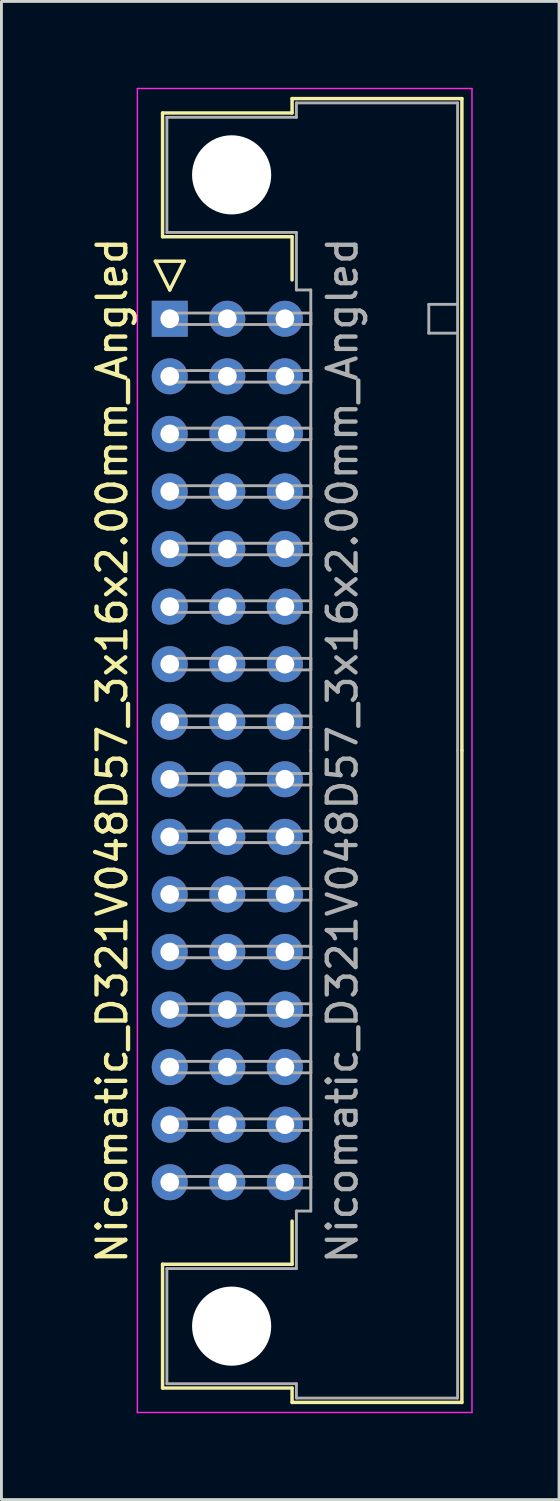
<source format=kicad_pcb>
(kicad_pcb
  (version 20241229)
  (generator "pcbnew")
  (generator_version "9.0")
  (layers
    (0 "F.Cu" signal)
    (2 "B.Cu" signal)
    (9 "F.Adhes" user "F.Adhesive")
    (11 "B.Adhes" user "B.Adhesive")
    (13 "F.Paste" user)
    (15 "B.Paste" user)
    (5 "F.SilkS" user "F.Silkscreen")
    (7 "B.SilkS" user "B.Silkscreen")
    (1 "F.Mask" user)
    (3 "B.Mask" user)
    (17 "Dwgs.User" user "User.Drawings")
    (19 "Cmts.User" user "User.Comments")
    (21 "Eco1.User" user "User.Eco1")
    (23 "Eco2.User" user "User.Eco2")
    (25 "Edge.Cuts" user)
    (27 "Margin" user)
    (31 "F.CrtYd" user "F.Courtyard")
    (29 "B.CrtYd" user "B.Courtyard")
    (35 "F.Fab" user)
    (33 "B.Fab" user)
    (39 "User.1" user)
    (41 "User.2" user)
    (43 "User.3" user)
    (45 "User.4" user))
  (footprint "Nicomatic_D321V048D57_3x16x2.00mm_Angled"
    (layer "F.Cu")
    (at 2.848 8.025)
    (property "Reference" "Nicomatic_D321V048D57_3x16x2.00mm_Angled" (at -2 15 90) (layer "F.SilkS") (effects (font (size 1 1) (thickness 0.15))))
    (attr through_hole)
    (fp_line (start -0.5 -2) (end 0 -1) (stroke (width 0.12) (type solid)) (layer "F.SilkS"))
    (fp_line (start -0.25 -7.15) (end -0.25 -2.85) (stroke (width 0.12) (type solid)) (layer "F.SilkS"))
    (fp_line (start -0.25 -2.85) (end 4.25 -2.85) (stroke (width 0.12) (type solid)) (layer "F.SilkS"))
    (fp_line (start -0.25 32.85) (end 4.25 32.85) (stroke (width 0.12) (type solid)) (layer "F.SilkS"))
    (fp_line (start -0.25 37.15) (end -0.25 32.85) (stroke (width 0.12) (type solid)) (layer "F.SilkS"))
    (fp_line (start 0 -1) (end 0.5 -2) (stroke (width 0.12) (type solid)) (layer "F.SilkS"))
    (fp_line (start 0.5 -2) (end -0.5 -2) (stroke (width 0.12) (type solid)) (layer "F.SilkS"))
    (fp_line (start 4.25 -7.65) (end 4.25 -7.15) (stroke (width 0.12) (type solid)) (layer "F.SilkS"))
    (fp_line (start 4.25 -7.15) (end -0.25 -7.15) (stroke (width 0.12) (type solid)) (layer "F.SilkS"))
    (fp_line (start 4.25 -2.85) (end 4.25 -1.35) (stroke (width 0.12) (type solid)) (layer "F.SilkS"))
    (fp_line (start 4.25 32.85) (end 4.25 31.35) (stroke (width 0.12) (type solid)) (layer "F.SilkS"))
    (fp_line (start 4.25 37.15) (end -0.25 37.15) (stroke (width 0.12) (type solid)) (layer "F.SilkS"))
    (fp_line (start 4.25 37.65) (end 4.25 37.15) (stroke (width 0.12) (type solid)) (layer "F.SilkS"))
    (fp_line (start 10.15 -7.65) (end 4.25 -7.65) (stroke (width 0.12) (type solid)) (layer "F.SilkS"))
    (fp_line (start 10.15 15) (end 10.15 -7.65) (stroke (width 0.12) (type solid)) (layer "F.SilkS"))
    (fp_line (start 10.15 15) (end 10.15 37.65) (stroke (width 0.12) (type solid)) (layer "F.SilkS"))
    (fp_line (start 10.15 37.65) (end 4.25 37.65) (stroke (width 0.12) (type solid)) (layer "F.SilkS"))
    (fp_line (start -1.125 -8) (end -1.125 38) (stroke (width 0.05) (type solid)) (layer "F.CrtYd"))
    (fp_line (start -1.125 38) (end 10.5 38) (stroke (width 0.05) (type solid)) (layer "F.CrtYd"))
    (fp_line (start 10.5 -8) (end -1.125 -8) (stroke (width 0.05) (type solid)) (layer "F.CrtYd"))
    (fp_line (start 10.5 38) (end 10.5 -8) (stroke (width 0.05) (type solid)) (layer "F.CrtYd"))
    (fp_line (start -0.1 -7) (end -0.1 -3) (stroke (width 0.1) (type solid)) (layer "F.Fab"))
    (fp_line (start -0.1 -3) (end 4.4 -3) (stroke (width 0.1) (type solid)) (layer "F.Fab"))
    (fp_line (start -0.1 33) (end 4.4 33) (stroke (width 0.1) (type solid)) (layer "F.Fab"))
    (fp_line (start -0.1 37) (end -0.1 33) (stroke (width 0.1) (type solid)) (layer "F.Fab"))
    (fp_line (start 0 -0.2) (end 0 0.2) (stroke (width 0.1) (type solid)) (layer "F.Fab"))
    (fp_line (start 0 0.2) (end 4.9 0.2) (stroke (width 0.1) (type solid)) (layer "F.Fab"))
    (fp_line (start 0 1.8) (end 0 2.2) (stroke (width 0.1) (type solid)) (layer "F.Fab"))
    (fp_line (start 0 2.2) (end 4.9 2.2) (stroke (width 0.1) (type solid)) (layer "F.Fab"))
    (fp_line (start 0 3.8) (end 0 4.2) (stroke (width 0.1) (type solid)) (layer "F.Fab"))
    (fp_line (start 0 4.2) (end 4.9 4.2) (stroke (width 0.1) (type solid)) (layer "F.Fab"))
    (fp_line (start 0 5.8) (end 0 6.2) (stroke (width 0.1) (type solid)) (layer "F.Fab"))
    (fp_line (start 0 6.2) (end 4.9 6.2) (stroke (width 0.1) (type solid)) (layer "F.Fab"))
    (fp_line (start 0 7.8) (end 0 8.2) (stroke (width 0.1) (type solid)) (layer "F.Fab"))
    (fp_line (start 0 8.2) (end 4.9 8.2) (stroke (width 0.1) (type solid)) (layer "F.Fab"))
    (fp_line (start 0 9.8) (end 0 10.2) (stroke (width 0.1) (type solid)) (layer "F.Fab"))
    (fp_line (start 0 10.2) (end 4.9 10.2) (stroke (width 0.1) (type solid)) (layer "F.Fab"))
    (fp_line (start 0 11.8) (end 0 12.2) (stroke (width 0.1) (type solid)) (layer "F.Fab"))
    (fp_line (start 0 12.2) (end 4.9 12.2) (stroke (width 0.1) (type solid)) (layer "F.Fab"))
    (fp_line (start 0 13.8) (end 0 14.2) (stroke (width 0.1) (type solid)) (layer "F.Fab"))
    (fp_line (start 0 14.2) (end 4.9 14.2) (stroke (width 0.1) (type solid)) (layer "F.Fab"))
    (fp_line (start 0 15.8) (end 0 16.2) (stroke (width 0.1) (type solid)) (layer "F.Fab"))
    (fp_line (start 0 16.2) (end 4.9 16.2) (stroke (width 0.1) (type solid)) (layer "F.Fab"))
    (fp_line (start 0 17.8) (end 0 18.2) (stroke (width 0.1) (type solid)) (layer "F.Fab"))
    (fp_line (start 0 18.2) (end 4.9 18.2) (stroke (width 0.1) (type solid)) (layer "F.Fab"))
    (fp_line (start 0 19.8) (end 0 20.2) (stroke (width 0.1) (type solid)) (layer "F.Fab"))
    (fp_line (start 0 20.2) (end 4.9 20.2) (stroke (width 0.1) (type solid)) (layer "F.Fab"))
    (fp_line (start 0 21.8) (end 0 22.2) (stroke (width 0.1) (type solid)) (layer "F.Fab"))
    (fp_line (start 0 22.2) (end 4.9 22.2) (stroke (width 0.1) (type solid)) (layer "F.Fab"))
    (fp_line (start 0 23.8) (end 0 24.2) (stroke (width 0.1) (type solid)) (layer "F.Fab"))
    (fp_line (start 0 24.2) (end 4.9 24.2) (stroke (width 0.1) (type solid)) (layer "F.Fab"))
    (fp_line (start 0 25.8) (end 0 26.2) (stroke (width 0.1) (type solid)) (layer "F.Fab"))
    (fp_line (start 0 26.2) (end 4.9 26.2) (stroke (width 0.1) (type solid)) (layer "F.Fab"))
    (fp_line (start 0 27.8) (end 0 28.2) (stroke (width 0.1) (type solid)) (layer "F.Fab"))
    (fp_line (start 0 28.2) (end 4.9 28.2) (stroke (width 0.1) (type solid)) (layer "F.Fab"))
    (fp_line (start 0 29.8) (end 0 30.2) (stroke (width 0.1) (type solid)) (layer "F.Fab"))
    (fp_line (start 0 30.2) (end 4.9 30.2) (stroke (width 0.1) (type solid)) (layer "F.Fab"))
    (fp_line (start 4.4 -7.5) (end 4.4 -7) (stroke (width 0.1) (type solid)) (layer "F.Fab"))
    (fp_line (start 4.4 -7) (end -0.1 -7) (stroke (width 0.1) (type solid)) (layer "F.Fab"))
    (fp_line (start 4.4 -3) (end 4.4 -1) (stroke (width 0.1) (type solid)) (layer "F.Fab"))
    (fp_line (start 4.4 -1) (end 4.9 -1) (stroke (width 0.1) (type solid)) (layer "F.Fab"))
    (fp_line (start 4.4 31) (end 4.9 31) (stroke (width 0.1) (type solid)) (layer "F.Fab"))
    (fp_line (start 4.4 33) (end 4.4 31) (stroke (width 0.1) (type solid)) (layer "F.Fab"))
    (fp_line (start 4.4 37) (end -0.1 37) (stroke (width 0.1) (type solid)) (layer "F.Fab"))
    (fp_line (start 4.4 37.5) (end 4.4 37) (stroke (width 0.1) (type solid)) (layer "F.Fab"))
    (fp_line (start 4.9 -1) (end 4.9 15) (stroke (width 0.1) (type solid)) (layer "F.Fab"))
    (fp_line (start 4.9 -0.2) (end 0 -0.2) (stroke (width 0.1) (type solid)) (layer "F.Fab"))
    (fp_line (start 4.9 0.2) (end 4.9 -0.2) (stroke (width 0.1) (type solid)) (layer "F.Fab"))
    (fp_line (start 4.9 1.8) (end 0 1.8) (stroke (width 0.1) (type solid)) (layer "F.Fab"))
    (fp_line (start 4.9 2.2) (end 4.9 1.8) (stroke (width 0.1) (type solid)) (layer "F.Fab"))
    (fp_line (start 4.9 3.8) (end 0 3.8) (stroke (width 0.1) (type solid)) (layer "F.Fab"))
    (fp_line (start 4.9 4.2) (end 4.9 3.8) (stroke (width 0.1) (type solid)) (layer "F.Fab"))
    (fp_line (start 4.9 5.8) (end 0 5.8) (stroke (width 0.1) (type solid)) (layer "F.Fab"))
    (fp_line (start 4.9 6.2) (end 4.9 5.8) (stroke (width 0.1) (type solid)) (layer "F.Fab"))
    (fp_line (start 4.9 7.8) (end 0 7.8) (stroke (width 0.1) (type solid)) (layer "F.Fab"))
    (fp_line (start 4.9 8.2) (end 4.9 7.8) (stroke (width 0.1) (type solid)) (layer "F.Fab"))
    (fp_line (start 4.9 9.8) (end 0 9.8) (stroke (width 0.1) (type solid)) (layer "F.Fab"))
    (fp_line (start 4.9 10.2) (end 4.9 9.8) (stroke (width 0.1) (type solid)) (layer "F.Fab"))
    (fp_line (start 4.9 11.8) (end 0 11.8) (stroke (width 0.1) (type solid)) (layer "F.Fab"))
    (fp_line (start 4.9 12.2) (end 4.9 11.8) (stroke (width 0.1) (type solid)) (layer "F.Fab"))
    (fp_line (start 4.9 13.8) (end 0 13.8) (stroke (width 0.1) (type solid)) (layer "F.Fab"))
    (fp_line (start 4.9 14.2) (end 4.9 13.8) (stroke (width 0.1) (type solid)) (layer "F.Fab"))
    (fp_line (start 4.9 15.8) (end 0 15.8) (stroke (width 0.1) (type solid)) (layer "F.Fab"))
    (fp_line (start 4.9 16.2) (end 4.9 15.8) (stroke (width 0.1) (type solid)) (layer "F.Fab"))
    (fp_line (start 4.9 17.8) (end 0 17.8) (stroke (width 0.1) (type solid)) (layer "F.Fab"))
    (fp_line (start 4.9 18.2) (end 4.9 17.8) (stroke (width 0.1) (type solid)) (layer "F.Fab"))
    (fp_line (start 4.9 19.8) (end 0 19.8) (stroke (width 0.1) (type solid)) (layer "F.Fab"))
    (fp_line (start 4.9 20.2) (end 4.9 19.8) (stroke (width 0.1) (type solid)) (layer "F.Fab"))
    (fp_line (start 4.9 21.8) (end 0 21.8) (stroke (width 0.1) (type solid)) (layer "F.Fab"))
    (fp_line (start 4.9 22.2) (end 4.9 21.8) (stroke (width 0.1) (type solid)) (layer "F.Fab"))
    (fp_line (start 4.9 23.8) (end 0 23.8) (stroke (width 0.1) (type solid)) (layer "F.Fab"))
    (fp_line (start 4.9 24.2) (end 4.9 23.8) (stroke (width 0.1) (type solid)) (layer "F.Fab"))
    (fp_line (start 4.9 25.8) (end 0 25.8) (stroke (width 0.1) (type solid)) (layer "F.Fab"))
    (fp_line (start 4.9 26.2) (end 4.9 25.8) (stroke (width 0.1) (type solid)) (layer "F.Fab"))
    (fp_line (start 4.9 27.8) (end 0 27.8) (stroke (width 0.1) (type solid)) (layer "F.Fab"))
    (fp_line (start 4.9 28.2) (end 4.9 27.8) (stroke (width 0.1) (type solid)) (layer "F.Fab"))
    (fp_line (start 4.9 29.8) (end 0 29.8) (stroke (width 0.1) (type solid)) (layer "F.Fab"))
    (fp_line (start 4.9 30.2) (end 4.9 29.8) (stroke (width 0.1) (type solid)) (layer "F.Fab"))
    (fp_line (start 4.9 31) (end 4.9 15) (stroke (width 0.1) (type solid)) (layer "F.Fab"))
    (fp_line (start 9 -0.5) (end 9 0.5) (stroke (width 0.1) (type solid)) (layer "F.Fab"))
    (fp_line (start 9 0.5) (end 10 0.5) (stroke (width 0.1) (type solid)) (layer "F.Fab"))
    (fp_line (start 10 -7.5) (end 4.4 -7.5) (stroke (width 0.1) (type solid)) (layer "F.Fab"))
    (fp_line (start 10 -0.5) (end 9 -0.5) (stroke (width 0.1) (type solid)) (layer "F.Fab"))
    (fp_line (start 10 15) (end 10 -7.5) (stroke (width 0.1) (type solid)) (layer "F.Fab"))
    (fp_line (start 10 15) (end 10 37.5) (stroke (width 0.1) (type solid)) (layer "F.Fab"))
    (fp_line (start 10 37.5) (end 4.4 37.5) (stroke (width 0.1) (type solid)) (layer "F.Fab"))
    (fp_text user "${REFERENCE}" (at 6 15 90) (layer "F.Fab") (effects (font (size 1 1) (thickness 0.15))))
    (pad "" np_thru_hole circle (at 2.15 -5) (size 2.75 2.75) (drill 2.75) (layers "*.Cu" "*.Mask"))
    (pad "" np_thru_hole circle (at 2.15 35) (size 2.75 2.75) (drill 2.75) (layers "*.Cu" "*.Mask"))
    (pad "1" thru_hole rect (at 0 0) (size 1.25 1.25) (drill 0.65) (layers "*.Cu" "*.Mask"))
    (pad "2" thru_hole oval (at 0 2) (size 1.25 1.25) (drill 0.65) (layers "*.Cu" "*.Mask"))
    (pad "3" thru_hole oval (at 0 4) (size 1.25 1.25) (drill 0.65) (layers "*.Cu" "*.Mask"))
    (pad "4" thru_hole oval (at 0 6) (size 1.25 1.25) (drill 0.65) (layers "*.Cu" "*.Mask"))
    (pad "5" thru_hole oval (at 0 8) (size 1.25 1.25) (drill 0.65) (layers "*.Cu" "*.Mask"))
    (pad "6" thru_hole oval (at 0 10) (size 1.25 1.25) (drill 0.65) (layers "*.Cu" "*.Mask"))
    (pad "7" thru_hole oval (at 0 12) (size 1.25 1.25) (drill 0.65) (layers "*.Cu" "*.Mask"))
    (pad "8" thru_hole oval (at 0 14) (size 1.25 1.25) (drill 0.65) (layers "*.Cu" "*.Mask"))
    (pad "9" thru_hole oval (at 0 16) (size 1.25 1.25) (drill 0.65) (layers "*.Cu" "*.Mask"))
    (pad "10" thru_hole oval (at 0 18) (size 1.25 1.25) (drill 0.65) (layers "*.Cu" "*.Mask"))
    (pad "11" thru_hole oval (at 0 20) (size 1.25 1.25) (drill 0.65) (layers "*.Cu" "*.Mask"))
    (pad "12" thru_hole oval (at 0 22) (size 1.25 1.25) (drill 0.65) (layers "*.Cu" "*.Mask"))
    (pad "13" thru_hole oval (at 0 24) (size 1.25 1.25) (drill 0.65) (layers "*.Cu" "*.Mask"))
    (pad "14" thru_hole oval (at 0 26) (size 1.25 1.25) (drill 0.65) (layers "*.Cu" "*.Mask"))
    (pad "15" thru_hole oval (at 0 28) (size 1.25 1.25) (drill 0.65) (layers "*.Cu" "*.Mask"))
    (pad "16" thru_hole oval (at 0 30) (size 1.25 1.25) (drill 0.65) (layers "*.Cu" "*.Mask"))
    (pad "17" thru_hole oval (at 2 0) (size 1.25 1.25) (drill 0.65) (layers "*.Cu" "*.Mask"))
    (pad "18" thru_hole oval (at 2 2) (size 1.25 1.25) (drill 0.65) (layers "*.Cu" "*.Mask"))
    (pad "19" thru_hole oval (at 2 4) (size 1.25 1.25) (drill 0.65) (layers "*.Cu" "*.Mask"))
    (pad "20" thru_hole oval (at 2 6) (size 1.25 1.25) (drill 0.65) (layers "*.Cu" "*.Mask"))
    (pad "21" thru_hole oval (at 2 8) (size 1.25 1.25) (drill 0.65) (layers "*.Cu" "*.Mask"))
    (pad "22" thru_hole oval (at 2 10) (size 1.25 1.25) (drill 0.65) (layers "*.Cu" "*.Mask"))
    (pad "23" thru_hole oval (at 2 12) (size 1.25 1.25) (drill 0.65) (layers "*.Cu" "*.Mask"))
    (pad "24" thru_hole oval (at 2 14) (size 1.25 1.25) (drill 0.65) (layers "*.Cu" "*.Mask"))
    (pad "25" thru_hole oval (at 2 16) (size 1.25 1.25) (drill 0.65) (layers "*.Cu" "*.Mask"))
    (pad "26" thru_hole oval (at 2 18) (size 1.25 1.25) (drill 0.65) (layers "*.Cu" "*.Mask"))
    (pad "27" thru_hole oval (at 2 20) (size 1.25 1.25) (drill 0.65) (layers "*.Cu" "*.Mask"))
    (pad "28" thru_hole oval (at 2 22) (size 1.25 1.25) (drill 0.65) (layers "*.Cu" "*.Mask"))
    (pad "29" thru_hole oval (at 2 24) (size 1.25 1.25) (drill 0.65) (layers "*.Cu" "*.Mask"))
    (pad "30" thru_hole oval (at 2 26) (size 1.25 1.25) (drill 0.65) (layers "*.Cu" "*.Mask"))
    (pad "31" thru_hole oval (at 2 28) (size 1.25 1.25) (drill 0.65) (layers "*.Cu" "*.Mask"))
    (pad "32" thru_hole oval (at 2 30) (size 1.25 1.25) (drill 0.65) (layers "*.Cu" "*.Mask"))
    (pad "33" thru_hole oval (at 4 0) (size 1.25 1.25) (drill 0.65) (layers "*.Cu" "*.Mask"))
    (pad "34" thru_hole oval (at 4 2) (size 1.25 1.25) (drill 0.65) (layers "*.Cu" "*.Mask"))
    (pad "35" thru_hole oval (at 4 4) (size 1.25 1.25) (drill 0.65) (layers "*.Cu" "*.Mask"))
    (pad "36" thru_hole oval (at 4 6) (size 1.25 1.25) (drill 0.65) (layers "*.Cu" "*.Mask"))
    (pad "37" thru_hole oval (at 4 8) (size 1.25 1.25) (drill 0.65) (layers "*.Cu" "*.Mask"))
    (pad "38" thru_hole oval (at 4 10) (size 1.25 1.25) (drill 0.65) (layers "*.Cu" "*.Mask"))
    (pad "39" thru_hole oval (at 4 12) (size 1.25 1.25) (drill 0.65) (layers "*.Cu" "*.Mask"))
    (pad "40" thru_hole oval (at 4 14) (size 1.25 1.25) (drill 0.65) (layers "*.Cu" "*.Mask"))
    (pad "41" thru_hole oval (at 4 16) (size 1.25 1.25) (drill 0.65) (layers "*.Cu" "*.Mask"))
    (pad "42" thru_hole oval (at 4 18) (size 1.25 1.25) (drill 0.65) (layers "*.Cu" "*.Mask"))
    (pad "43" thru_hole oval (at 4 20) (size 1.25 1.25) (drill 0.65) (layers "*.Cu" "*.Mask"))
    (pad "44" thru_hole oval (at 4 22) (size 1.25 1.25) (drill 0.65) (layers "*.Cu" "*.Mask"))
    (pad "45" thru_hole oval (at 4 24) (size 1.25 1.25) (drill 0.65) (layers "*.Cu" "*.Mask"))
    (pad "46" thru_hole oval (at 4 26) (size 1.25 1.25) (drill 0.65) (layers "*.Cu" "*.Mask"))
    (pad "47" thru_hole oval (at 4 28) (size 1.25 1.25) (drill 0.65) (layers "*.Cu" "*.Mask"))
    (pad "48" thru_hole oval (at 4 30) (size 1.25 1.25) (drill 0.65) (layers "*.Cu" "*.Mask")))
  (gr_rect
    (start -3 -3)
    (end 16.373 49.05)
    (stroke (width 0.1) (type default))
    (fill no)
    (layer "Edge.Cuts")))
</source>
